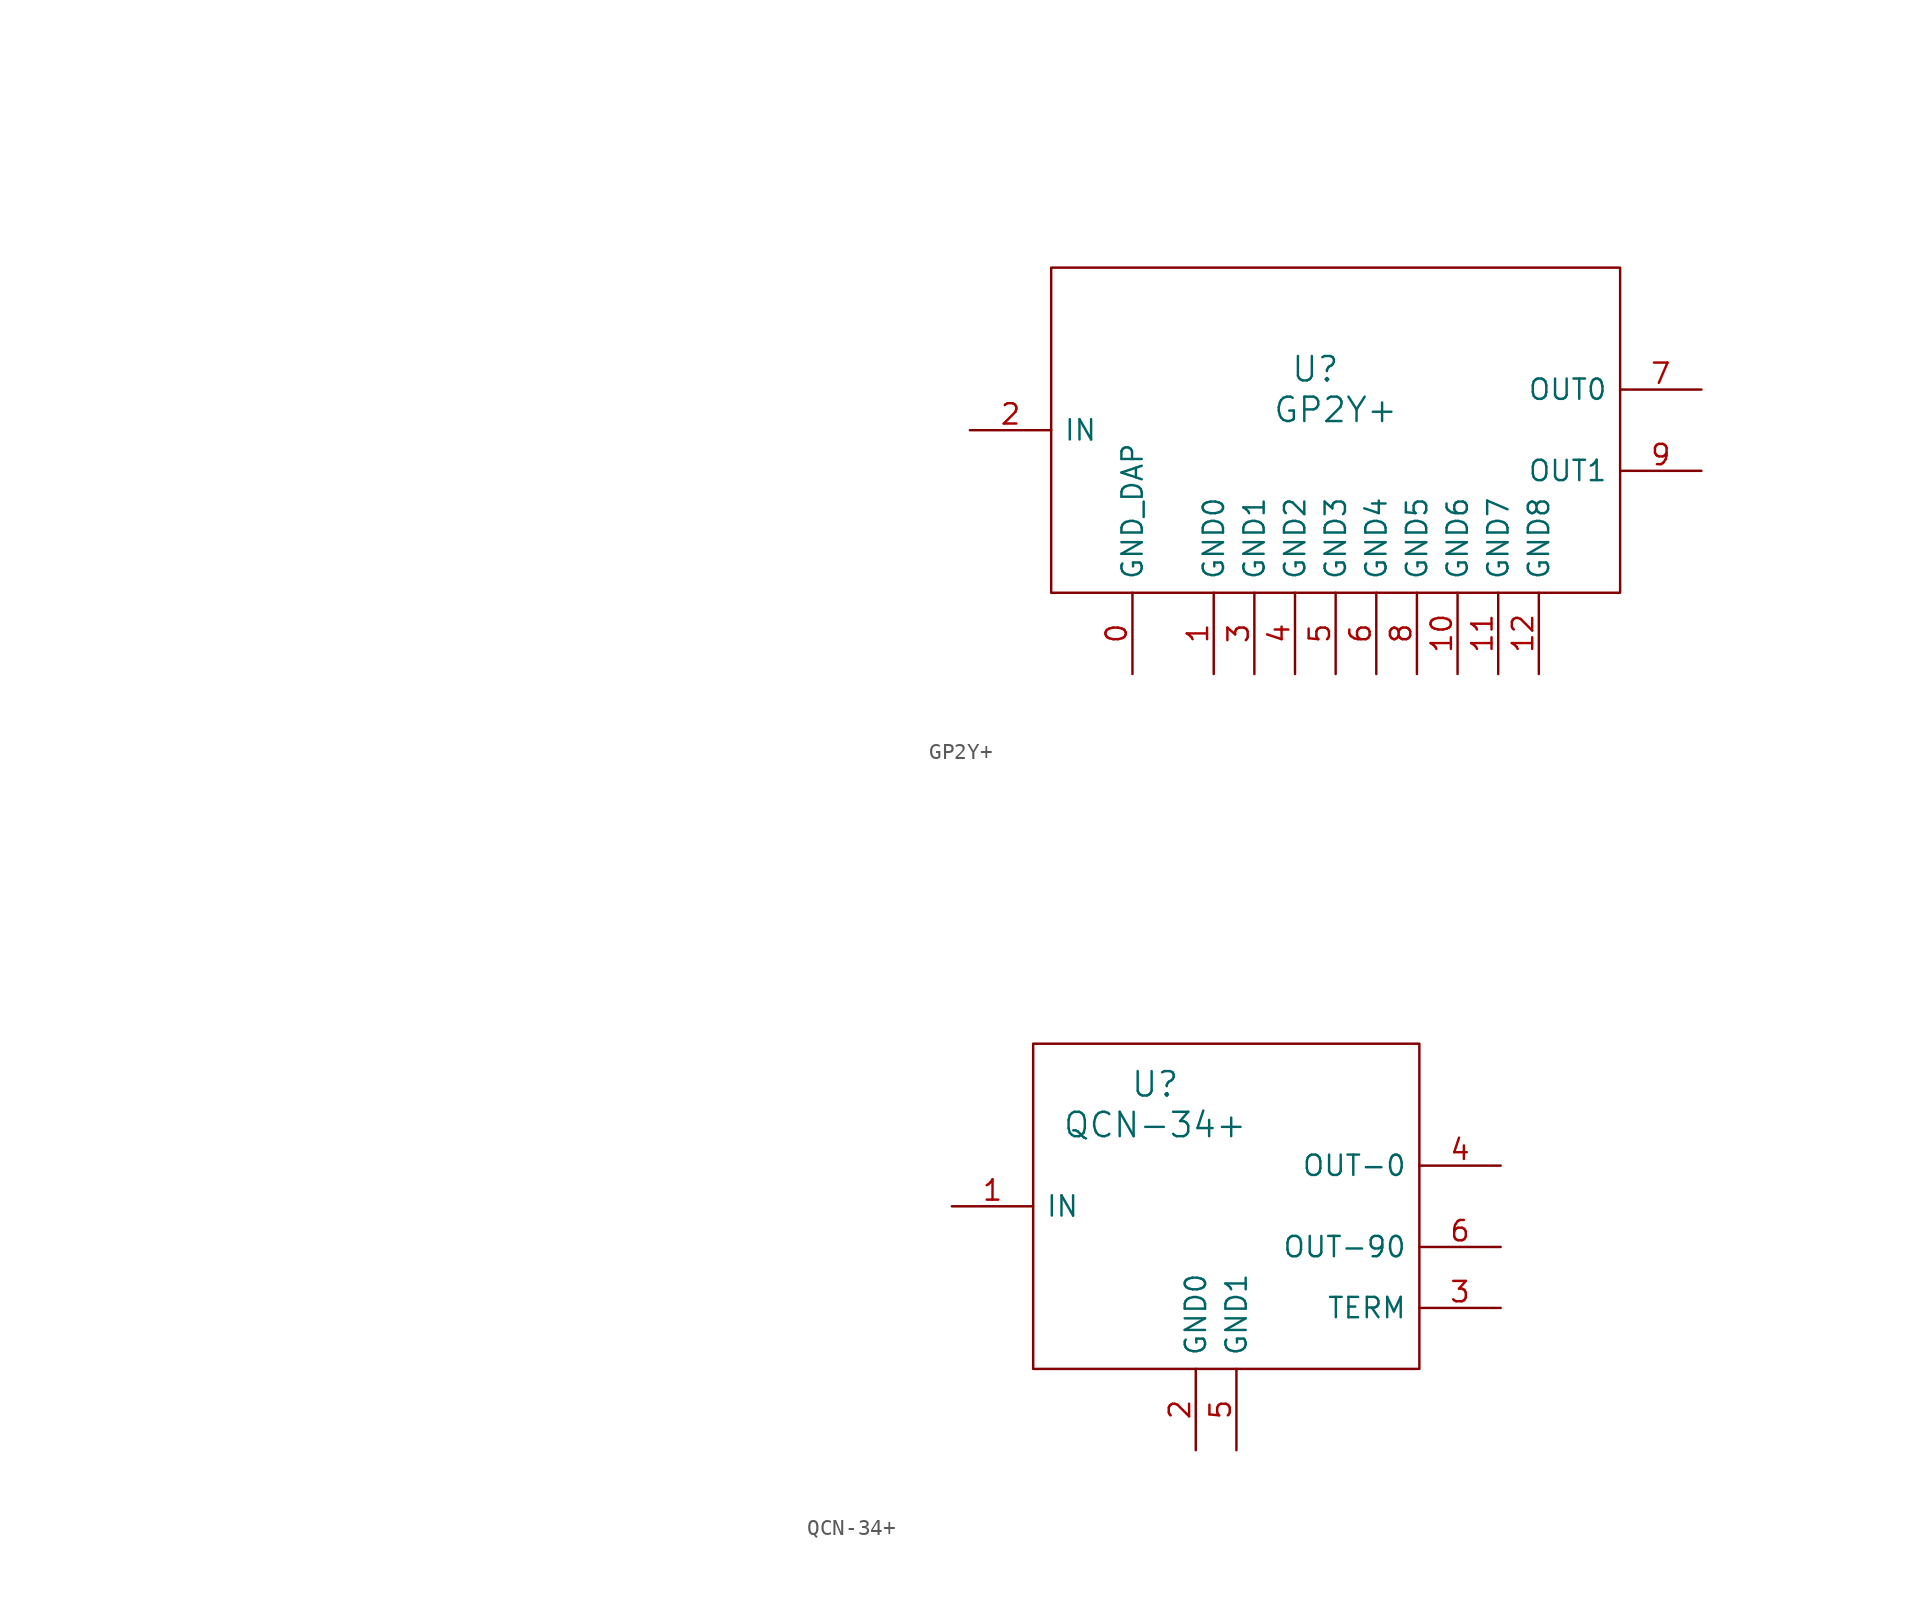
<source format=kicad_sym>
(kicad_symbol_lib
  (version 20211014)
  (generator kicad_symbol_editor)
  (symbol "GP2Y+"
    (pin_names
      (offset 0.762))
    (property "Reference" "U"
      (at 21.59 3.81 0)
      (effects (font (size 1.524 1.524))))
    (property "Value" "GP2Y+"
      (at 22.86 1.27 0)
      (effects (font (size 1.524 1.524))))
    (property "Datasheet" ""
      (at -46.99 19.05 0)
      (effects (font (size 1.524 1.524))))
    (symbol "GP2Y+_0_1"
      (rectangle (start 5.08 10.16) (end 40.64 -10.16) (stroke (width 0) (type default) (color 0 0 0 0)) (fill (type none))))
    (symbol "GP2Y+_1_1"
      (pin power_in line (at 10.16 -15.24 90) (length 5.08) (name "GND_DAP" (effects (font (size 1.27 1.27)))) (number "0" (effects (font (size 1.27 1.27)))))
      (pin power_in line (at 15.24 -15.24 90) (length 5.08) (name "GND0" (effects (font (size 1.27 1.27)))) (number "1" (effects (font (size 1.27 1.27)))))
      (pin power_in line (at 30.48 -15.24 90) (length 5.08) (name "GND6" (effects (font (size 1.27 1.27)))) (number "10" (effects (font (size 1.27 1.27)))))
      (pin power_in line (at 33.02 -15.24 90) (length 5.08) (name "GND7" (effects (font (size 1.27 1.27)))) (number "11" (effects (font (size 1.27 1.27)))))
      (pin power_in line (at 35.56 -15.24 90) (length 5.08) (name "GND8" (effects (font (size 1.27 1.27)))) (number "12" (effects (font (size 1.27 1.27)))))
      (pin input line (at 0 0 0) (length 5.08) (name "IN" (effects (font (size 1.27 1.27)))) (number "2" (effects (font (size 1.27 1.27)))))
      (pin power_in line (at 17.78 -15.24 90) (length 5.08) (name "GND1" (effects (font (size 1.27 1.27)))) (number "3" (effects (font (size 1.27 1.27)))))
      (pin power_in line (at 20.32 -15.24 90) (length 5.08) (name "GND2" (effects (font (size 1.27 1.27)))) (number "4" (effects (font (size 1.27 1.27)))))
      (pin power_in line (at 22.86 -15.24 90) (length 5.08) (name "GND3" (effects (font (size 1.27 1.27)))) (number "5" (effects (font (size 1.27 1.27)))))
      (pin power_in line (at 25.4 -15.24 90) (length 5.08) (name "GND4" (effects (font (size 1.27 1.27)))) (number "6" (effects (font (size 1.27 1.27)))))
      (pin output line (at 45.72 2.54 180) (length 5.08) (name "OUT0" (effects (font (size 1.27 1.27)))) (number "7" (effects (font (size 1.27 1.27)))))
      (pin power_in line (at 27.94 -15.24 90) (length 5.08) (name "GND5" (effects (font (size 1.27 1.27)))) (number "8" (effects (font (size 1.27 1.27)))))
      (pin output line (at 45.72 -2.54 180) (length 5.08) (name "OUT1" (effects (font (size 1.27 1.27)))) (number "9" (effects (font (size 1.27 1.27)))))))
  (symbol "QCN-34+"
    (pin_names
      (offset 0.762))
    (property "Reference" "U"
      (at 12.7 7.62 0)
      (effects (font (size 1.524 1.524))))
    (property "Value" "QCN-34+"
      (at 12.7 5.08 0)
      (effects (font (size 1.524 1.524))))
    (property "Datasheet" ""
      (at -46.99 19.05 0)
      (effects (font (size 1.524 1.524))))
    (property "Height" ""
      (at 0 0 0)
      (effects (font (size 1.27 1.27))))
    (symbol "QCN-34+_0_1"
      (rectangle (start 5.08 10.16) (end 29.21 -10.16) (stroke (width 0) (type default) (color 0 0 0 0)) (fill (type none))))
    (symbol "QCN-34+_1_1"
      (pin input line (at 0 0 0) (length 5.08) (name "IN" (effects (font (size 1.27 1.27)))) (number "1" (effects (font (size 1.27 1.27)))))
      (pin power_in line (at 15.24 -15.24 90) (length 5.08) (name "GND0" (effects (font (size 1.27 1.27)))) (number "2" (effects (font (size 1.27 1.27)))))
      (pin input line (at 34.29 -6.35 180) (length 5.08) (name "TERM" (effects (font (size 1.27 1.27)))) (number "3" (effects (font (size 1.27 1.27)))))
      (pin output line (at 34.29 2.54 180) (length 5.08) (name "OUT-0" (effects (font (size 1.27 1.27)))) (number "4" (effects (font (size 1.27 1.27)))))
      (pin power_in line (at 17.78 -15.24 90) (length 5.08) (name "GND1" (effects (font (size 1.27 1.27)))) (number "5" (effects (font (size 1.27 1.27)))))
      (pin output line (at 34.29 -2.54 180) (length 5.08) (name "OUT-90" (effects (font (size 1.27 1.27)))) (number "6" (effects (font (size 1.27 1.27))))))))
</source>
